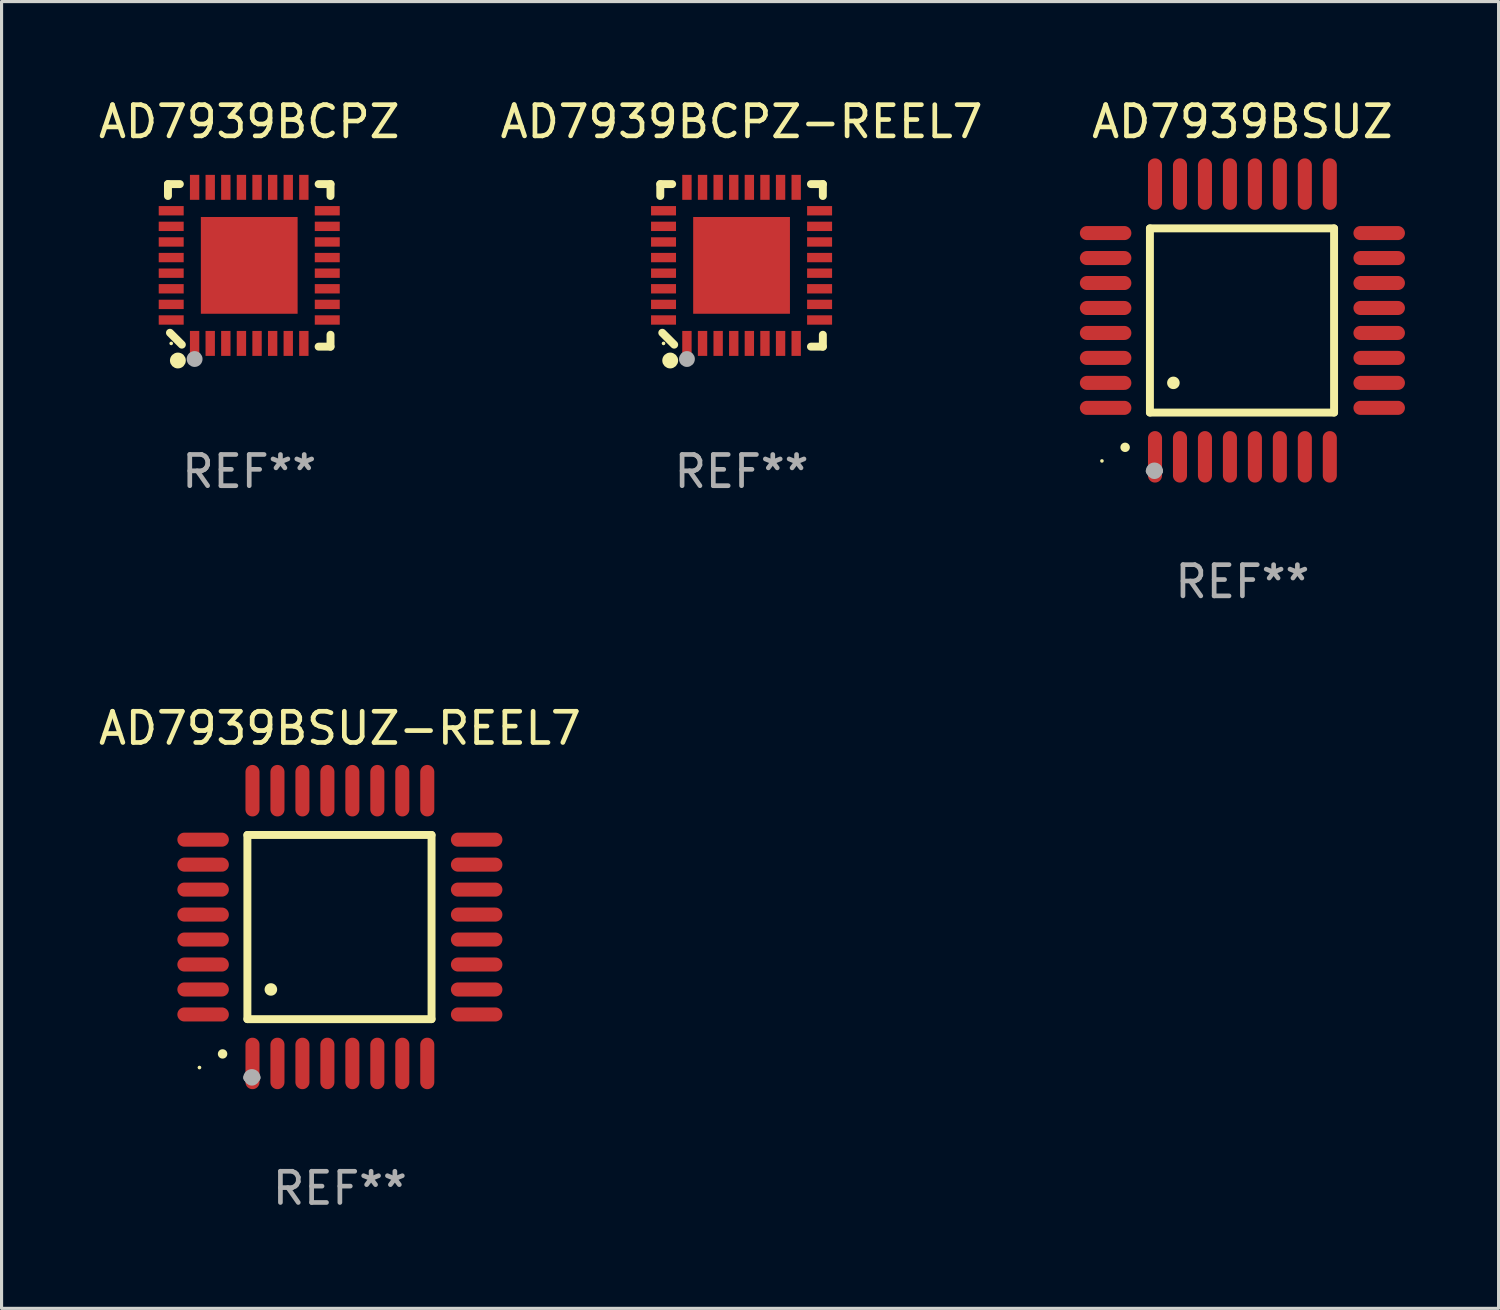
<source format=kicad_pcb>
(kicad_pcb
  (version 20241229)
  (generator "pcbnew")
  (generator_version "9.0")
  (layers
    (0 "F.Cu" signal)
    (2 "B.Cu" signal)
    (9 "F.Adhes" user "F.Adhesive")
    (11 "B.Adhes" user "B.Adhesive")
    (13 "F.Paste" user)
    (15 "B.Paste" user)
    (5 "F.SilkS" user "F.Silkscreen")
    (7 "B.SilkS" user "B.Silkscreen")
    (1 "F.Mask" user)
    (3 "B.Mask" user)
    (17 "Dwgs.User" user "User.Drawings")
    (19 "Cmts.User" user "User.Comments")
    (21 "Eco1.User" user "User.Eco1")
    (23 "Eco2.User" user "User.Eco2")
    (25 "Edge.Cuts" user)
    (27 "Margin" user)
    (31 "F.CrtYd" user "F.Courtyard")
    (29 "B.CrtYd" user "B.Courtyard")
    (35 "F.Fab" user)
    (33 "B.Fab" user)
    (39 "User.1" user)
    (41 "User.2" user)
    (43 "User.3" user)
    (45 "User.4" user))
  (footprint "AD7939BSUZ-REEL7"
    (layer "F.Cu")
    (at 7.839 26.651)
    (property "Reference" "AD7939BSUZ-REEL7" (at 0 -6.369 0) (layer "F.SilkS") (effects (font (size 1 1) (thickness 0.15))))
    (attr through_hole)
    (fp_line (start -2.963 -2.95) (end -2.963 2.95) (stroke (width 0.254) (type solid)) (layer "F.SilkS"))
    (fp_line (start -2.963 2.95) (end 2.937 2.95) (stroke (width 0.254) (type solid)) (layer "F.SilkS"))
    (fp_line (start 2.937 -2.95) (end -2.963 -2.95) (stroke (width 0.254) (type solid)) (layer "F.SilkS"))
    (fp_line (start 2.937 2.95) (end 2.937 -2.95) (stroke (width 0.254) (type solid)) (layer "F.SilkS"))
    (fp_arc (start -3.759208 4.064008) (mid -3.757938 4.064003) (end -3.756668 4.064008) (stroke (width 0.3) (type solid)) (layer "F.SilkS"))
    (fp_arc (start -2.212344 1.998984) (mid -2.211074 1.99898) (end -2.209804 1.998984) (stroke (width 0.4) (type solid)) (layer "F.SilkS"))
    (fp_circle (center -4.5 4.5) (end -4.47 4.5) (stroke (width 0.06) (type solid)) (fill no) (layer "F.SilkS"))
    (fp_arc (start -2.967489 4.82601) (mid -2.819406 4.677927) (end -2.671323 4.82601) (stroke (width 0.254001) (type solid)) (layer "F.Fab"))
    (fp_arc (start -2.967488 4.82601) (mid -2.819406 4.791053) (end -2.671324 4.82601) (stroke (width 0.254001) (type solid)) (layer "F.Fab"))
    (fp_circle (center -2.819 4.826) (end -2.692 4.826) (stroke (width 0.254) (type solid)) (fill no) (layer "F.Fab"))
    (fp_text user "REF**" (at 0 8.369 0) (layer "F.Fab") (effects (font (size 1 1) (thickness 0.15))))
    (pad "1" smd oval (at -2.8 4.369) (size 0.45 1.65) (layers "F.Cu" "F.Mask" "F.Paste"))
    (pad "2" smd oval (at -2 4.369) (size 0.45 1.65) (layers "F.Cu" "F.Mask" "F.Paste"))
    (pad "3" smd oval (at -1.2 4.369) (size 0.45 1.65) (layers "F.Cu" "F.Mask" "F.Paste"))
    (pad "4" smd oval (at -0.4 4.369) (size 0.45 1.65) (layers "F.Cu" "F.Mask" "F.Paste"))
    (pad "5" smd oval (at 0.4 4.369) (size 0.45 1.65) (layers "F.Cu" "F.Mask" "F.Paste"))
    (pad "6" smd oval (at 1.2 4.369) (size 0.45 1.65) (layers "F.Cu" "F.Mask" "F.Paste"))
    (pad "7" smd oval (at 2 4.369) (size 0.45 1.65) (layers "F.Cu" "F.Mask" "F.Paste"))
    (pad "8" smd oval (at 2.8 4.369) (size 0.45 1.65) (layers "F.Cu" "F.Mask" "F.Paste"))
    (pad "9" smd oval (at 4.382 2.8) (size 1.65 0.45) (layers "F.Cu" "F.Mask" "F.Paste"))
    (pad "10" smd oval (at 4.382 2) (size 1.65 0.45) (layers "F.Cu" "F.Mask" "F.Paste"))
    (pad "11" smd oval (at 4.382 1.2) (size 1.65 0.45) (layers "F.Cu" "F.Mask" "F.Paste"))
    (pad "12" smd oval (at 4.382 0.4) (size 1.65 0.45) (layers "F.Cu" "F.Mask" "F.Paste"))
    (pad "13" smd oval (at 4.382 -0.4) (size 1.65 0.45) (layers "F.Cu" "F.Mask" "F.Paste"))
    (pad "14" smd oval (at 4.382 -1.2) (size 1.65 0.45) (layers "F.Cu" "F.Mask" "F.Paste"))
    (pad "15" smd oval (at 4.382 -2) (size 1.65 0.45) (layers "F.Cu" "F.Mask" "F.Paste"))
    (pad "16" smd oval (at 4.382 -2.8) (size 1.65 0.45) (layers "F.Cu" "F.Mask" "F.Paste"))
    (pad "17" smd oval (at 2.8 -4.369) (size 0.45 1.65) (layers "F.Cu" "F.Mask" "F.Paste"))
    (pad "18" smd oval (at 2 -4.369) (size 0.45 1.65) (layers "F.Cu" "F.Mask" "F.Paste"))
    (pad "19" smd oval (at 1.2 -4.369) (size 0.45 1.65) (layers "F.Cu" "F.Mask" "F.Paste"))
    (pad "20" smd oval (at 0.4 -4.369) (size 0.45 1.65) (layers "F.Cu" "F.Mask" "F.Paste"))
    (pad "21" smd oval (at -0.4 -4.369) (size 0.45 1.65) (layers "F.Cu" "F.Mask" "F.Paste"))
    (pad "22" smd oval (at -1.2 -4.369) (size 0.45 1.65) (layers "F.Cu" "F.Mask" "F.Paste"))
    (pad "23" smd oval (at -2 -4.369) (size 0.45 1.65) (layers "F.Cu" "F.Mask" "F.Paste"))
    (pad "24" smd oval (at -2.8 -4.369) (size 0.45 1.65) (layers "F.Cu" "F.Mask" "F.Paste"))
    (pad "25" smd oval (at -4.382 -2.8) (size 1.65 0.45) (layers "F.Cu" "F.Mask" "F.Paste"))
    (pad "26" smd oval (at -4.382 -2) (size 1.65 0.45) (layers "F.Cu" "F.Mask" "F.Paste"))
    (pad "27" smd oval (at -4.382 -1.2) (size 1.65 0.45) (layers "F.Cu" "F.Mask" "F.Paste"))
    (pad "28" smd oval (at -4.382 -0.4) (size 1.65 0.45) (layers "F.Cu" "F.Mask" "F.Paste"))
    (pad "29" smd oval (at -4.382 0.4) (size 1.65 0.45) (layers "F.Cu" "F.Mask" "F.Paste"))
    (pad "30" smd oval (at -4.382 1.2) (size 1.65 0.45) (layers "F.Cu" "F.Mask" "F.Paste"))
    (pad "31" smd oval (at -4.382 2) (size 1.65 0.45) (layers "F.Cu" "F.Mask" "F.Paste"))
    (pad "32" smd oval (at -4.382 2.8) (size 1.65 0.45) (layers "F.Cu" "F.Mask" "F.Paste")))
  (footprint "AD7939BCPZ-REEL7"
    (layer "F.Cu")
    (at 20.708 5.452)
    (property "Reference" "AD7939BCPZ-REEL7" (at 0 -4.604 0) (layer "F.SilkS") (effects (font (size 1 1) (thickness 0.15))))
    (attr through_hole)
    (fp_line (start -2.604 -2.604) (end -2.604 -2.223) (stroke (width 0.254) (type solid)) (layer "F.SilkS"))
    (fp_line (start -2.54 2.159) (end -2.159 2.54) (stroke (width 0.254) (type solid)) (layer "F.SilkS"))
    (fp_line (start -2.223 -2.604) (end -2.604 -2.604) (stroke (width 0.254) (type solid)) (layer "F.SilkS"))
    (fp_line (start 2.223 2.604) (end 2.604 2.604) (stroke (width 0.254) (type solid)) (layer "F.SilkS"))
    (fp_line (start 2.604 -2.604) (end 2.223 -2.604) (stroke (width 0.254) (type solid)) (layer "F.SilkS"))
    (fp_line (start 2.604 -2.223) (end 2.604 -2.604) (stroke (width 0.254) (type solid)) (layer "F.SilkS"))
    (fp_line (start 2.604 2.604) (end 2.604 2.223) (stroke (width 0.254) (type solid)) (layer "F.SilkS"))
    (fp_circle (center -2.5 2.5) (end -2.47 2.5) (stroke (width 0.06) (type solid)) (fill no) (layer "F.SilkS"))
    (fp_circle (center -2.286 3.048) (end -2.159 3.048) (stroke (width 0.254) (type solid)) (fill no) (layer "F.SilkS"))
    (fp_circle (center -1.75 3) (end -1.623 3) (stroke (width 0.254) (type solid)) (fill no) (layer "F.Fab"))
    (fp_text user "REF**" (at 0 6.604 0) (layer "F.Fab") (effects (font (size 1 1) (thickness 0.15))))
    (pad "1" smd rect (at -1.75 2.5) (size 0.3 0.8) (layers "F.Cu" "F.Mask" "F.Paste"))
    (pad "2" smd rect (at -1.25 2.5) (size 0.3 0.8) (layers "F.Cu" "F.Mask" "F.Paste"))
    (pad "3" smd rect (at -0.75 2.5) (size 0.3 0.8) (layers "F.Cu" "F.Mask" "F.Paste"))
    (pad "4" smd rect (at -0.25 2.5) (size 0.3 0.8) (layers "F.Cu" "F.Mask" "F.Paste"))
    (pad "5" smd rect (at 0.25 2.5) (size 0.3 0.8) (layers "F.Cu" "F.Mask" "F.Paste"))
    (pad "6" smd rect (at 0.75 2.5) (size 0.3 0.8) (layers "F.Cu" "F.Mask" "F.Paste"))
    (pad "7" smd rect (at 1.25 2.5) (size 0.3 0.8) (layers "F.Cu" "F.Mask" "F.Paste"))
    (pad "8" smd rect (at 1.75 2.5) (size 0.3 0.8) (layers "F.Cu" "F.Mask" "F.Paste"))
    (pad "9" smd rect (at 2.5 1.75) (size 0.8 0.3) (layers "F.Cu" "F.Mask" "F.Paste"))
    (pad "10" smd rect (at 2.5 1.25) (size 0.8 0.3) (layers "F.Cu" "F.Mask" "F.Paste"))
    (pad "11" smd rect (at 2.5 0.75) (size 0.8 0.3) (layers "F.Cu" "F.Mask" "F.Paste"))
    (pad "12" smd rect (at 2.5 0.25) (size 0.8 0.3) (layers "F.Cu" "F.Mask" "F.Paste"))
    (pad "13" smd rect (at 2.5 -0.25) (size 0.8 0.3) (layers "F.Cu" "F.Mask" "F.Paste"))
    (pad "14" smd rect (at 2.5 -0.75) (size 0.8 0.3) (layers "F.Cu" "F.Mask" "F.Paste"))
    (pad "15" smd rect (at 2.5 -1.25) (size 0.8 0.3) (layers "F.Cu" "F.Mask" "F.Paste"))
    (pad "16" smd rect (at 2.5 -1.75) (size 0.8 0.3) (layers "F.Cu" "F.Mask" "F.Paste"))
    (pad "17" smd rect (at 1.75 -2.5) (size 0.3 0.8) (layers "F.Cu" "F.Mask" "F.Paste"))
    (pad "18" smd rect (at 1.25 -2.5) (size 0.3 0.8) (layers "F.Cu" "F.Mask" "F.Paste"))
    (pad "19" smd rect (at 0.75 -2.5) (size 0.3 0.8) (layers "F.Cu" "F.Mask" "F.Paste"))
    (pad "20" smd rect (at 0.25 -2.5) (size 0.3 0.8) (layers "F.Cu" "F.Mask" "F.Paste"))
    (pad "21" smd rect (at -0.25 -2.5) (size 0.3 0.8) (layers "F.Cu" "F.Mask" "F.Paste"))
    (pad "22" smd rect (at -0.75 -2.5) (size 0.3 0.8) (layers "F.Cu" "F.Mask" "F.Paste"))
    (pad "23" smd rect (at -1.25 -2.5) (size 0.3 0.8) (layers "F.Cu" "F.Mask" "F.Paste"))
    (pad "24" smd rect (at -1.75 -2.5) (size 0.3 0.8) (layers "F.Cu" "F.Mask" "F.Paste"))
    (pad "25" smd rect (at -2.5 -1.75) (size 0.8 0.3) (layers "F.Cu" "F.Mask" "F.Paste"))
    (pad "26" smd rect (at -2.5 -1.25) (size 0.8 0.3) (layers "F.Cu" "F.Mask" "F.Paste"))
    (pad "27" smd rect (at -2.5 -0.75) (size 0.8 0.3) (layers "F.Cu" "F.Mask" "F.Paste"))
    (pad "28" smd rect (at -2.5 -0.25) (size 0.8 0.3) (layers "F.Cu" "F.Mask" "F.Paste"))
    (pad "29" smd rect (at -2.5 0.25) (size 0.8 0.3) (layers "F.Cu" "F.Mask" "F.Paste"))
    (pad "30" smd rect (at -2.5 0.75) (size 0.8 0.3) (layers "F.Cu" "F.Mask" "F.Paste"))
    (pad "31" smd rect (at -2.5 1.25) (size 0.8 0.3) (layers "F.Cu" "F.Mask" "F.Paste"))
    (pad "32" smd rect (at -2.5 1.75) (size 0.8 0.3) (layers "F.Cu" "F.Mask" "F.Paste"))
    (pad "33" smd rect (at 0 -0.000025) (size 3.1 3.1) (layers "F.Cu" "F.Mask" "F.Paste")))
  (footprint "AD7939BSUZ"
    (layer "F.Cu")
    (at 36.754 7.217)
    (property "Reference" "AD7939BSUZ" (at 0 -6.369 0) (layer "F.SilkS") (effects (font (size 1 1) (thickness 0.15))))
    (attr through_hole)
    (fp_line (start -2.963 -2.95) (end -2.963 2.95) (stroke (width 0.254) (type solid)) (layer "F.SilkS"))
    (fp_line (start -2.963 2.95) (end 2.937 2.95) (stroke (width 0.254) (type solid)) (layer "F.SilkS"))
    (fp_line (start 2.937 -2.95) (end -2.963 -2.95) (stroke (width 0.254) (type solid)) (layer "F.SilkS"))
    (fp_line (start 2.937 2.95) (end 2.937 -2.95) (stroke (width 0.254) (type solid)) (layer "F.SilkS"))
    (fp_arc (start -3.759208 4.064008) (mid -3.757938 4.064003) (end -3.756668 4.064008) (stroke (width 0.3) (type solid)) (layer "F.SilkS"))
    (fp_arc (start -2.212344 1.998984) (mid -2.211074 1.99898) (end -2.209804 1.998984) (stroke (width 0.4) (type solid)) (layer "F.SilkS"))
    (fp_circle (center -4.5 4.5) (end -4.47 4.5) (stroke (width 0.06) (type solid)) (fill no) (layer "F.SilkS"))
    (fp_arc (start -2.967489 4.82601) (mid -2.819406 4.677927) (end -2.671323 4.82601) (stroke (width 0.254001) (type solid)) (layer "F.Fab"))
    (fp_arc (start -2.967488 4.82601) (mid -2.819406 4.791053) (end -2.671324 4.82601) (stroke (width 0.254001) (type solid)) (layer "F.Fab"))
    (fp_circle (center -2.819 4.826) (end -2.692 4.826) (stroke (width 0.254) (type solid)) (fill no) (layer "F.Fab"))
    (fp_text user "REF**" (at 0 8.369 0) (layer "F.Fab") (effects (font (size 1 1) (thickness 0.15))))
    (pad "1" smd oval (at -2.8 4.369) (size 0.45 1.65) (layers "F.Cu" "F.Mask" "F.Paste"))
    (pad "2" smd oval (at -2 4.369) (size 0.45 1.65) (layers "F.Cu" "F.Mask" "F.Paste"))
    (pad "3" smd oval (at -1.2 4.369) (size 0.45 1.65) (layers "F.Cu" "F.Mask" "F.Paste"))
    (pad "4" smd oval (at -0.4 4.369) (size 0.45 1.65) (layers "F.Cu" "F.Mask" "F.Paste"))
    (pad "5" smd oval (at 0.4 4.369) (size 0.45 1.65) (layers "F.Cu" "F.Mask" "F.Paste"))
    (pad "6" smd oval (at 1.2 4.369) (size 0.45 1.65) (layers "F.Cu" "F.Mask" "F.Paste"))
    (pad "7" smd oval (at 2 4.369) (size 0.45 1.65) (layers "F.Cu" "F.Mask" "F.Paste"))
    (pad "8" smd oval (at 2.8 4.369) (size 0.45 1.65) (layers "F.Cu" "F.Mask" "F.Paste"))
    (pad "9" smd oval (at 4.382 2.8) (size 1.65 0.45) (layers "F.Cu" "F.Mask" "F.Paste"))
    (pad "10" smd oval (at 4.382 2) (size 1.65 0.45) (layers "F.Cu" "F.Mask" "F.Paste"))
    (pad "11" smd oval (at 4.382 1.2) (size 1.65 0.45) (layers "F.Cu" "F.Mask" "F.Paste"))
    (pad "12" smd oval (at 4.382 0.4) (size 1.65 0.45) (layers "F.Cu" "F.Mask" "F.Paste"))
    (pad "13" smd oval (at 4.382 -0.4) (size 1.65 0.45) (layers "F.Cu" "F.Mask" "F.Paste"))
    (pad "14" smd oval (at 4.382 -1.2) (size 1.65 0.45) (layers "F.Cu" "F.Mask" "F.Paste"))
    (pad "15" smd oval (at 4.382 -2) (size 1.65 0.45) (layers "F.Cu" "F.Mask" "F.Paste"))
    (pad "16" smd oval (at 4.382 -2.8) (size 1.65 0.45) (layers "F.Cu" "F.Mask" "F.Paste"))
    (pad "17" smd oval (at 2.8 -4.369) (size 0.45 1.65) (layers "F.Cu" "F.Mask" "F.Paste"))
    (pad "18" smd oval (at 2 -4.369) (size 0.45 1.65) (layers "F.Cu" "F.Mask" "F.Paste"))
    (pad "19" smd oval (at 1.2 -4.369) (size 0.45 1.65) (layers "F.Cu" "F.Mask" "F.Paste"))
    (pad "20" smd oval (at 0.4 -4.369) (size 0.45 1.65) (layers "F.Cu" "F.Mask" "F.Paste"))
    (pad "21" smd oval (at -0.4 -4.369) (size 0.45 1.65) (layers "F.Cu" "F.Mask" "F.Paste"))
    (pad "22" smd oval (at -1.2 -4.369) (size 0.45 1.65) (layers "F.Cu" "F.Mask" "F.Paste"))
    (pad "23" smd oval (at -2 -4.369) (size 0.45 1.65) (layers "F.Cu" "F.Mask" "F.Paste"))
    (pad "24" smd oval (at -2.8 -4.369) (size 0.45 1.65) (layers "F.Cu" "F.Mask" "F.Paste"))
    (pad "25" smd oval (at -4.382 -2.8) (size 1.65 0.45) (layers "F.Cu" "F.Mask" "F.Paste"))
    (pad "26" smd oval (at -4.382 -2) (size 1.65 0.45) (layers "F.Cu" "F.Mask" "F.Paste"))
    (pad "27" smd oval (at -4.382 -1.2) (size 1.65 0.45) (layers "F.Cu" "F.Mask" "F.Paste"))
    (pad "28" smd oval (at -4.382 -0.4) (size 1.65 0.45) (layers "F.Cu" "F.Mask" "F.Paste"))
    (pad "29" smd oval (at -4.382 0.4) (size 1.65 0.45) (layers "F.Cu" "F.Mask" "F.Paste"))
    (pad "30" smd oval (at -4.382 1.2) (size 1.65 0.45) (layers "F.Cu" "F.Mask" "F.Paste"))
    (pad "31" smd oval (at -4.382 2) (size 1.65 0.45) (layers "F.Cu" "F.Mask" "F.Paste"))
    (pad "32" smd oval (at -4.382 2.8) (size 1.65 0.45) (layers "F.Cu" "F.Mask" "F.Paste")))
  (footprint "AD7939BCPZ"
    (layer "F.Cu")
    (at 4.935 5.452)
    (property "Reference" "AD7939BCPZ" (at 0 -4.604 0) (layer "F.SilkS") (effects (font (size 1 1) (thickness 0.15))))
    (attr through_hole)
    (fp_line (start -2.604 -2.604) (end -2.604 -2.223) (stroke (width 0.254) (type solid)) (layer "F.SilkS"))
    (fp_line (start -2.54 2.159) (end -2.159 2.54) (stroke (width 0.254) (type solid)) (layer "F.SilkS"))
    (fp_line (start -2.223 -2.604) (end -2.604 -2.604) (stroke (width 0.254) (type solid)) (layer "F.SilkS"))
    (fp_line (start 2.223 2.604) (end 2.604 2.604) (stroke (width 0.254) (type solid)) (layer "F.SilkS"))
    (fp_line (start 2.604 -2.604) (end 2.223 -2.604) (stroke (width 0.254) (type solid)) (layer "F.SilkS"))
    (fp_line (start 2.604 -2.223) (end 2.604 -2.604) (stroke (width 0.254) (type solid)) (layer "F.SilkS"))
    (fp_line (start 2.604 2.604) (end 2.604 2.223) (stroke (width 0.254) (type solid)) (layer "F.SilkS"))
    (fp_circle (center -2.5 2.5) (end -2.47 2.5) (stroke (width 0.06) (type solid)) (fill no) (layer "F.SilkS"))
    (fp_circle (center -2.286 3.048) (end -2.159 3.048) (stroke (width 0.254) (type solid)) (fill no) (layer "F.SilkS"))
    (fp_circle (center -1.75 3) (end -1.623 3) (stroke (width 0.254) (type solid)) (fill no) (layer "F.Fab"))
    (fp_text user "REF**" (at 0 6.604 0) (layer "F.Fab") (effects (font (size 1 1) (thickness 0.15))))
    (pad "1" smd rect (at -1.75 2.5) (size 0.3 0.8) (layers "F.Cu" "F.Mask" "F.Paste"))
    (pad "2" smd rect (at -1.25 2.5) (size 0.3 0.8) (layers "F.Cu" "F.Mask" "F.Paste"))
    (pad "3" smd rect (at -0.75 2.5) (size 0.3 0.8) (layers "F.Cu" "F.Mask" "F.Paste"))
    (pad "4" smd rect (at -0.25 2.5) (size 0.3 0.8) (layers "F.Cu" "F.Mask" "F.Paste"))
    (pad "5" smd rect (at 0.25 2.5) (size 0.3 0.8) (layers "F.Cu" "F.Mask" "F.Paste"))
    (pad "6" smd rect (at 0.75 2.5) (size 0.3 0.8) (layers "F.Cu" "F.Mask" "F.Paste"))
    (pad "7" smd rect (at 1.25 2.5) (size 0.3 0.8) (layers "F.Cu" "F.Mask" "F.Paste"))
    (pad "8" smd rect (at 1.75 2.5) (size 0.3 0.8) (layers "F.Cu" "F.Mask" "F.Paste"))
    (pad "9" smd rect (at 2.5 1.75) (size 0.8 0.3) (layers "F.Cu" "F.Mask" "F.Paste"))
    (pad "10" smd rect (at 2.5 1.25) (size 0.8 0.3) (layers "F.Cu" "F.Mask" "F.Paste"))
    (pad "11" smd rect (at 2.5 0.75) (size 0.8 0.3) (layers "F.Cu" "F.Mask" "F.Paste"))
    (pad "12" smd rect (at 2.5 0.25) (size 0.8 0.3) (layers "F.Cu" "F.Mask" "F.Paste"))
    (pad "13" smd rect (at 2.5 -0.25) (size 0.8 0.3) (layers "F.Cu" "F.Mask" "F.Paste"))
    (pad "14" smd rect (at 2.5 -0.75) (size 0.8 0.3) (layers "F.Cu" "F.Mask" "F.Paste"))
    (pad "15" smd rect (at 2.5 -1.25) (size 0.8 0.3) (layers "F.Cu" "F.Mask" "F.Paste"))
    (pad "16" smd rect (at 2.5 -1.75) (size 0.8 0.3) (layers "F.Cu" "F.Mask" "F.Paste"))
    (pad "17" smd rect (at 1.75 -2.5) (size 0.3 0.8) (layers "F.Cu" "F.Mask" "F.Paste"))
    (pad "18" smd rect (at 1.25 -2.5) (size 0.3 0.8) (layers "F.Cu" "F.Mask" "F.Paste"))
    (pad "19" smd rect (at 0.75 -2.5) (size 0.3 0.8) (layers "F.Cu" "F.Mask" "F.Paste"))
    (pad "20" smd rect (at 0.25 -2.5) (size 0.3 0.8) (layers "F.Cu" "F.Mask" "F.Paste"))
    (pad "21" smd rect (at -0.25 -2.5) (size 0.3 0.8) (layers "F.Cu" "F.Mask" "F.Paste"))
    (pad "22" smd rect (at -0.75 -2.5) (size 0.3 0.8) (layers "F.Cu" "F.Mask" "F.Paste"))
    (pad "23" smd rect (at -1.25 -2.5) (size 0.3 0.8) (layers "F.Cu" "F.Mask" "F.Paste"))
    (pad "24" smd rect (at -1.75 -2.5) (size 0.3 0.8) (layers "F.Cu" "F.Mask" "F.Paste"))
    (pad "25" smd rect (at -2.5 -1.75) (size 0.8 0.3) (layers "F.Cu" "F.Mask" "F.Paste"))
    (pad "26" smd rect (at -2.5 -1.25) (size 0.8 0.3) (layers "F.Cu" "F.Mask" "F.Paste"))
    (pad "27" smd rect (at -2.5 -0.75) (size 0.8 0.3) (layers "F.Cu" "F.Mask" "F.Paste"))
    (pad "28" smd rect (at -2.5 -0.25) (size 0.8 0.3) (layers "F.Cu" "F.Mask" "F.Paste"))
    (pad "29" smd rect (at -2.5 0.25) (size 0.8 0.3) (layers "F.Cu" "F.Mask" "F.Paste"))
    (pad "30" smd rect (at -2.5 0.75) (size 0.8 0.3) (layers "F.Cu" "F.Mask" "F.Paste"))
    (pad "31" smd rect (at -2.5 1.25) (size 0.8 0.3) (layers "F.Cu" "F.Mask" "F.Paste"))
    (pad "32" smd rect (at -2.5 1.75) (size 0.8 0.3) (layers "F.Cu" "F.Mask" "F.Paste"))
    (pad "33" smd rect (at 0 -0.000025) (size 3.1 3.1) (layers "F.Cu" "F.Mask" "F.Paste")))
  (gr_rect
    (start -3 -3)
    (end 44.961 38.868)
    (stroke (width 0.1) (type default))
    (fill no)
    (layer "Edge.Cuts")))
</source>
